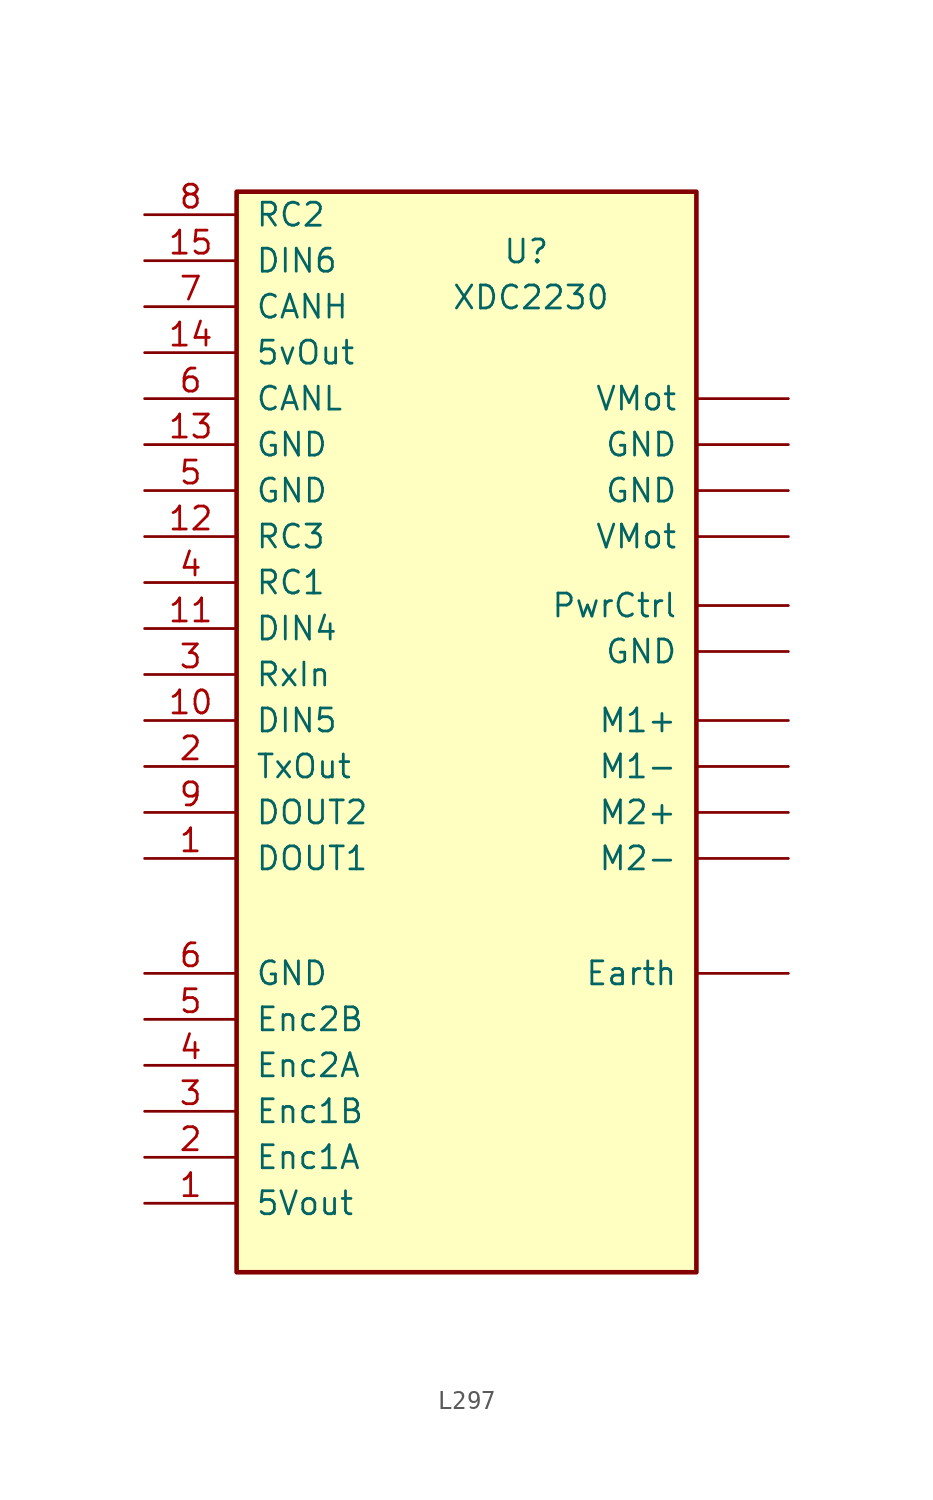
<source format=kicad_sym>
(kicad_symbol_lib
  (version 20231120)
  (generator "kicad_symbol_editor")
  (generator_version "8.0")
  (symbol "L297"
    (pin_names
      (offset 1.016))
    (property "Reference" "U"
      (at 3.302 18.288 0)
      (effects (font (size 1.27 1.27))))
    (property "Value" "XDC2230"
      (at 3.556 15.748 0)
      (effects (font (size 1.27 1.27))))
    (symbol "L297_0_1"
      (rectangle (start -12.7 21.59) (end 12.7 -38.1) (stroke (width 0.254) (type default)) (fill (type background))))
    (symbol "L297_1_0"
      (pin power_in line (at 17.78 2.54 180) (length 5.08) (name "VMot" (effects (font (size 1.27 1.27)))) (number "" (effects (font (size 1.27 1.27)))))
      (pin power_in line (at 17.78 10.16 180) (length 5.08) (name "VMot" (effects (font (size 1.27 1.27)))) (number "" (effects (font (size 1.27 1.27)))))
      (pin output line (at -17.78 -15.24 0) (length 5.08) (name "DOUT1" (effects (font (size 1.27 1.27)))) (number "1" (effects (font (size 1.27 1.27)))))
      (pin input line (at -17.78 -7.62 0) (length 5.08) (name "DIN5" (effects (font (size 1.27 1.27)))) (number "10" (effects (font (size 1.27 1.27)))))
      (pin input line (at -17.78 -2.54 0) (length 5.08) (name "DIN4" (effects (font (size 1.27 1.27)))) (number "11" (effects (font (size 1.27 1.27)))))
      (pin input line (at -17.78 2.54 0) (length 5.08) (name "RC3" (effects (font (size 1.27 1.27)))) (number "12" (effects (font (size 1.27 1.27)))))
      (pin output line (at -17.78 7.62 0) (length 5.08) (name "GND" (effects (font (size 1.27 1.27)))) (number "13" (effects (font (size 1.27 1.27)))))
      (pin output line (at -17.78 12.7 0) (length 5.08) (name "5vOut" (effects (font (size 1.27 1.27)))) (number "14" (effects (font (size 1.27 1.27)))))
      (pin input line (at -17.78 17.78 0) (length 5.08) (name "DIN6" (effects (font (size 1.27 1.27)))) (number "15" (effects (font (size 1.27 1.27)))))
      (pin input line (at -17.78 -31.75 0) (length 5.08) (name "Enc1A" (effects (font (size 1.27 1.27)))) (number "2" (effects (font (size 1.27 1.27)))))
      (pin input line (at -17.78 -29.21 0) (length 5.08) (name "Enc1B" (effects (font (size 1.27 1.27)))) (number "3" (effects (font (size 1.27 1.27)))))
      (pin input line (at -17.78 -5.08 0) (length 5.08) (name "RxIn" (effects (font (size 1.27 1.27)))) (number "3" (effects (font (size 1.27 1.27)))))
      (pin input line (at -17.78 -26.67 0) (length 5.08) (name "Enc2A" (effects (font (size 1.27 1.27)))) (number "4" (effects (font (size 1.27 1.27)))))
      (pin input line (at -17.78 0 0) (length 5.08) (name "RC1" (effects (font (size 1.27 1.27)))) (number "4" (effects (font (size 1.27 1.27)))))
      (pin input line (at -17.78 -24.13 0) (length 5.08) (name "Enc2B" (effects (font (size 1.27 1.27)))) (number "5" (effects (font (size 1.27 1.27)))))
      (pin output line (at -17.78 5.08 0) (length 5.08) (name "GND" (effects (font (size 1.27 1.27)))) (number "5" (effects (font (size 1.27 1.27)))))
      (pin bidirectional line (at -17.78 10.16 0) (length 5.08) (name "CANL" (effects (font (size 1.27 1.27)))) (number "6" (effects (font (size 1.27 1.27)))))
      (pin output line (at -17.78 -21.59 0) (length 5.08) (name "GND" (effects (font (size 1.27 1.27)))) (number "6" (effects (font (size 1.27 1.27)))))
      (pin bidirectional line (at -17.78 15.24 0) (length 5.08) (name "CANH" (effects (font (size 1.27 1.27)))) (number "7" (effects (font (size 1.27 1.27)))))
      (pin input line (at -17.78 20.32 0) (length 5.08) (name "RC2" (effects (font (size 1.27 1.27)))) (number "8" (effects (font (size 1.27 1.27)))))
      (pin output line (at -17.78 -12.7 0) (length 5.08) (name "DOUT2" (effects (font (size 1.27 1.27)))) (number "9" (effects (font (size 1.27 1.27))))))
    (symbol "L297_1_1"
      (pin power_in line (at 17.78 -21.59 180) (length 5.08) (name "Earth" (effects (font (size 1.27 1.27)))) (number "" (effects (font (size 1.27 1.27)))))
      (pin power_in line (at 17.78 -3.81 180) (length 5.08) (name "GND" (effects (font (size 1.27 1.27)))) (number "" (effects (font (size 1.27 1.27)))))
      (pin power_in line (at 17.78 5.08 180) (length 5.08) (name "GND" (effects (font (size 1.27 1.27)))) (number "" (effects (font (size 1.27 1.27)))))
      (pin power_in line (at 17.78 7.62 180) (length 5.08) (name "GND" (effects (font (size 1.27 1.27)))) (number "" (effects (font (size 1.27 1.27)))))
      (pin power_out line (at 17.78 -7.62 180) (length 5.08) (name "M1+" (effects (font (size 1.27 1.27)))) (number "" (effects (font (size 1.27 1.27)))))
      (pin power_out line (at 17.78 -10.16 180) (length 5.08) (name "M1-" (effects (font (size 1.27 1.27)))) (number "" (effects (font (size 1.27 1.27)))))
      (pin power_out line (at 17.78 -12.7 180) (length 5.08) (name "M2+" (effects (font (size 1.27 1.27)))) (number "" (effects (font (size 1.27 1.27)))))
      (pin power_out line (at 17.78 -15.24 180) (length 5.08) (name "M2-" (effects (font (size 1.27 1.27)))) (number "" (effects (font (size 1.27 1.27)))))
      (pin power_in line (at 17.78 -1.27 180) (length 5.08) (name "PwrCtrl" (effects (font (size 1.27 1.27)))) (number "" (effects (font (size 1.27 1.27)))))
      (pin output line (at -17.78 -34.29 0) (length 5.08) (name "5Vout" (effects (font (size 1.27 1.27)))) (number "1" (effects (font (size 1.27 1.27)))))
      (pin output line (at -17.78 -10.16 0) (length 5.08) (name "TxOut" (effects (font (size 1.27 1.27)))) (number "2" (effects (font (size 1.27 1.27))))))))
</source>
